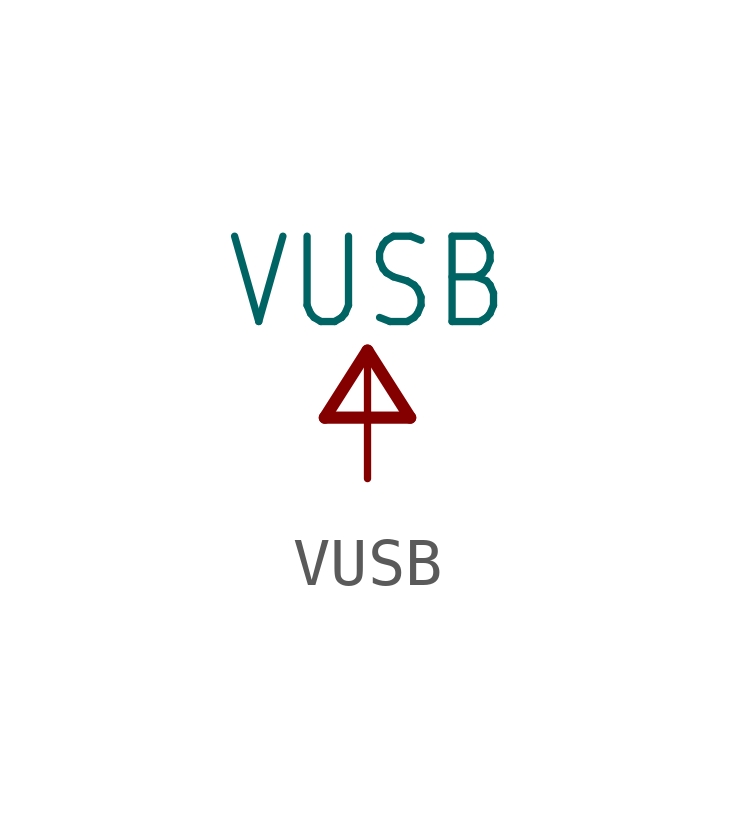
<source format=kicad_sym>
(kicad_symbol_lib
  (version 20211014)
  (generator kicad_symbol_editor)
  (symbol "VUSB"
    (power)
    (property "Reference" "#V"
      (at 0 0 0)
      (effects (font (size 1.27 1.27)) hide))
    (property "Value" "VUSB"
      (at 0 0.508 0)
      (effects (font (size 1.778 1.511)) (justify bottom)))
    (property "ki_locked" ""
      (at 0 0 0)
      (effects (font (size 1.27 1.27))))
    (symbol "VUSB_1_0"
      (polyline (pts (xy -0.889 -1.27) (xy 0.889 -1.27)) (stroke (width 0.254) (type default) (color 0 0 0 0)) (fill (type none)))
      (polyline (pts (xy 0 0.127) (xy -0.889 -1.27)) (stroke (width 0.254) (type default) (color 0 0 0 0)) (fill (type none)))
      (polyline (pts (xy 0.889 -1.27) (xy 0 0.127)) (stroke (width 0.254) (type default) (color 0 0 0 0)) (fill (type none)))
      (pin power_in line (at 0 -2.54 90) (length 2.54) (name "VUSB" (effects (font (size 0 0)))) (number "1" (effects (font (size 0 0))))))))
</source>
